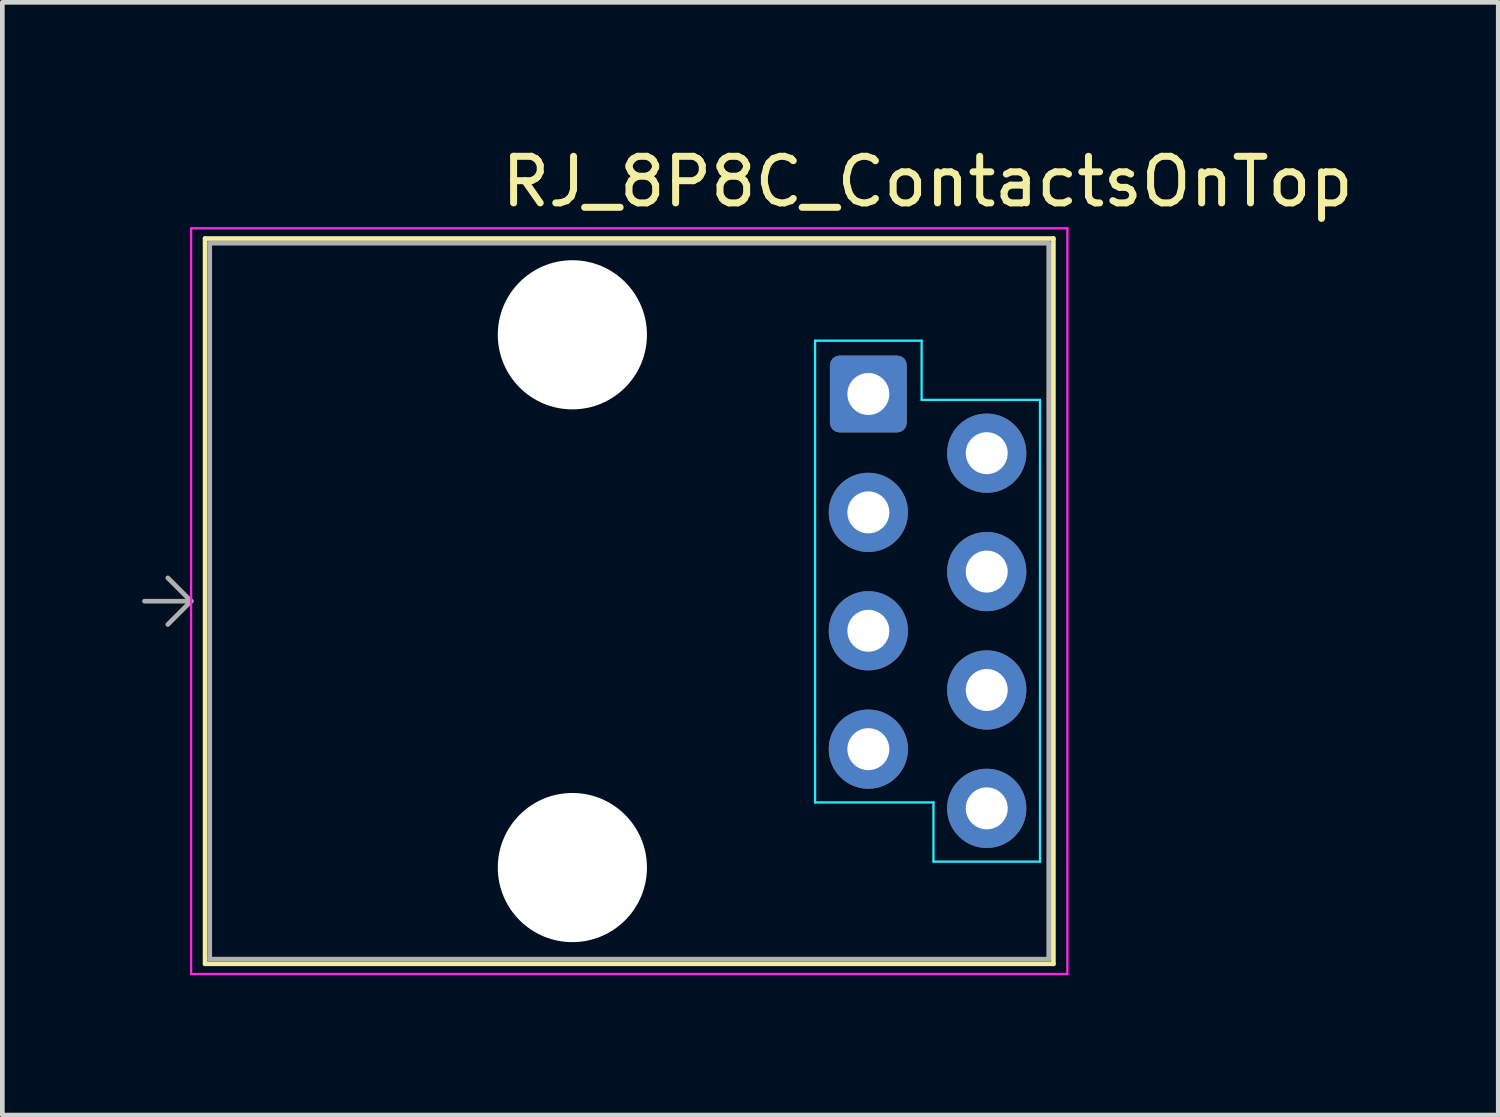
<source format=kicad_pcb>
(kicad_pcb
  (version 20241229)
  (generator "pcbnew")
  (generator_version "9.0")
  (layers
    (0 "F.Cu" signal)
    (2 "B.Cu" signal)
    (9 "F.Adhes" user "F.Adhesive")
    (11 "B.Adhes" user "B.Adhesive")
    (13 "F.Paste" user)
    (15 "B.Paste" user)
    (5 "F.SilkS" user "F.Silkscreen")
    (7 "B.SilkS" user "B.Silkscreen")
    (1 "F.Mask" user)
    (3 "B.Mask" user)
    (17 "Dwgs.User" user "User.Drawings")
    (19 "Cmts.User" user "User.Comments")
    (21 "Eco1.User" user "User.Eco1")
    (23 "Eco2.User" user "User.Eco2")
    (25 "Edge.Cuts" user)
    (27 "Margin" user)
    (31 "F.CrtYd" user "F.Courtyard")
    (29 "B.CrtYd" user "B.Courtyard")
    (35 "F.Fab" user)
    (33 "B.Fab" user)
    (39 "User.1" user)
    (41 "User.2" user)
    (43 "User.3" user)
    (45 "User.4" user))
  (footprint "RJ_8P8C_ContactsOnTop"
    (layer "F.Cu")
    (at 16.85 9.848)
    (property "Reference" "RJ_8P8C_ContactsOnTop" (at 0 -9 0) (layer "F.SilkS") (effects (font (size 1 1) (thickness 0.15))))
    (attr through_hole)
    (fp_line (start -15.5 -7.78) (end -15.5 7.78) (stroke (width 0.1) (type solid)) (layer "F.SilkS"))
    (fp_line (start 2.7 -7.78) (end -15.5 -7.78) (stroke (width 0.1) (type solid)) (layer "F.SilkS"))
    (fp_line (start 2.7 7.78) (end -15.5 7.78) (stroke (width 0.1) (type solid)) (layer "F.SilkS"))
    (fp_line (start 2.7 7.78) (end 2.7 -7.78) (stroke (width 0.1) (type solid)) (layer "F.SilkS"))
    (fp_line (start -2.413 -5.588) (end -2.413 4.318) (stroke (width 0.05) (type solid)) (layer "B.CrtYd"))
    (fp_line (start -2.413 4.318) (end 0.127 4.318) (stroke (width 0.05) (type solid)) (layer "B.CrtYd"))
    (fp_line (start -0.127 -5.588) (end -2.413 -5.588) (stroke (width 0.05) (type solid)) (layer "B.CrtYd"))
    (fp_line (start -0.127 -4.318) (end -0.127 -5.588) (stroke (width 0.05) (type solid)) (layer "B.CrtYd"))
    (fp_line (start 0.127 4.318) (end 0.127 5.588) (stroke (width 0.05) (type solid)) (layer "B.CrtYd"))
    (fp_line (start 0.127 5.588) (end 2.413 5.588) (stroke (width 0.05) (type solid)) (layer "B.CrtYd"))
    (fp_line (start 2.413 -4.318) (end -0.127 -4.318) (stroke (width 0.05) (type solid)) (layer "B.CrtYd"))
    (fp_line (start 2.413 5.588) (end 2.413 -4.318) (stroke (width 0.05) (type solid)) (layer "B.CrtYd"))
    (fp_line (start -15.8 -8) (end -15.8 8) (stroke (width 0.05) (type solid)) (layer "F.CrtYd"))
    (fp_line (start -15.8 8) (end 3 8) (stroke (width 0.05) (type solid)) (layer "F.CrtYd"))
    (fp_line (start 3 -8) (end -15.8 -8) (stroke (width 0.05) (type solid)) (layer "F.CrtYd"))
    (fp_line (start 3 8) (end 3 -8) (stroke (width 0.05) (type solid)) (layer "F.CrtYd"))
    (fp_line (start -16.3 -0.5) (end -15.8 0) (stroke (width 0.1) (type solid)) (layer "F.Fab"))
    (fp_line (start -15.8 0) (end -16.8 0) (stroke (width 0.1) (type solid)) (layer "F.Fab"))
    (fp_line (start -15.8 0) (end -16.3 0.5) (stroke (width 0.1) (type solid)) (layer "F.Fab"))
    (fp_line (start -15.4 -7.68) (end -15.4 7.68) (stroke (width 0.1) (type solid)) (layer "F.Fab"))
    (fp_line (start -15.4 -7.68) (end 2.6 -7.68) (stroke (width 0.1) (type solid)) (layer "F.Fab"))
    (fp_line (start 2.6 -7.68) (end 2.6 7.68) (stroke (width 0.1) (type solid)) (layer "F.Fab"))
    (fp_line (start 2.6 7.68) (end -15.4 7.68) (stroke (width 0.1) (type solid)) (layer "F.Fab"))
    (pad "" np_thru_hole circle (at -7.62 -5.715 270) (size 3.2 3.2) (drill 3.2) (layers "*.Cu" "*.Mask"))
    (pad "" np_thru_hole circle (at -7.62 5.715 270) (size 3.2 3.2) (drill 3.2) (layers "*.Cu" "*.Mask"))
    (pad "1" thru_hole roundrect (at -1.27 -4.445 180) (size 1.65 1.65) (drill 0.9) (layers "*.Cu" "*.Mask") (roundrect_rratio 0.125))
    (pad "2" thru_hole circle (at 1.27 -3.175 180) (size 1.7 1.7) (drill 0.9) (layers "*.Cu" "*.Mask"))
    (pad "3" thru_hole circle (at -1.27 -1.905 180) (size 1.7 1.7) (drill 0.9) (layers "*.Cu" "*.Mask"))
    (pad "4" thru_hole circle (at 1.27 -0.635 180) (size 1.7 1.7) (drill 0.9) (layers "*.Cu" "*.Mask"))
    (pad "5" thru_hole circle (at -1.27 0.635 180) (size 1.7 1.7) (drill 0.9) (layers "*.Cu" "*.Mask"))
    (pad "6" thru_hole circle (at 1.27 1.905 180) (size 1.7 1.7) (drill 0.9) (layers "*.Cu" "*.Mask"))
    (pad "7" thru_hole circle (at -1.27 3.175 180) (size 1.7 1.7) (drill 0.9) (layers "*.Cu" "*.Mask"))
    (pad "8" thru_hole circle (at 1.27 4.445 180) (size 1.7 1.7) (drill 0.9) (layers "*.Cu" "*.Mask")))
  (gr_rect
    (start -3 -3)
    (end 29.094 20.873)
    (stroke (width 0.1) (type default))
    (fill no)
    (layer "Edge.Cuts")))
</source>
